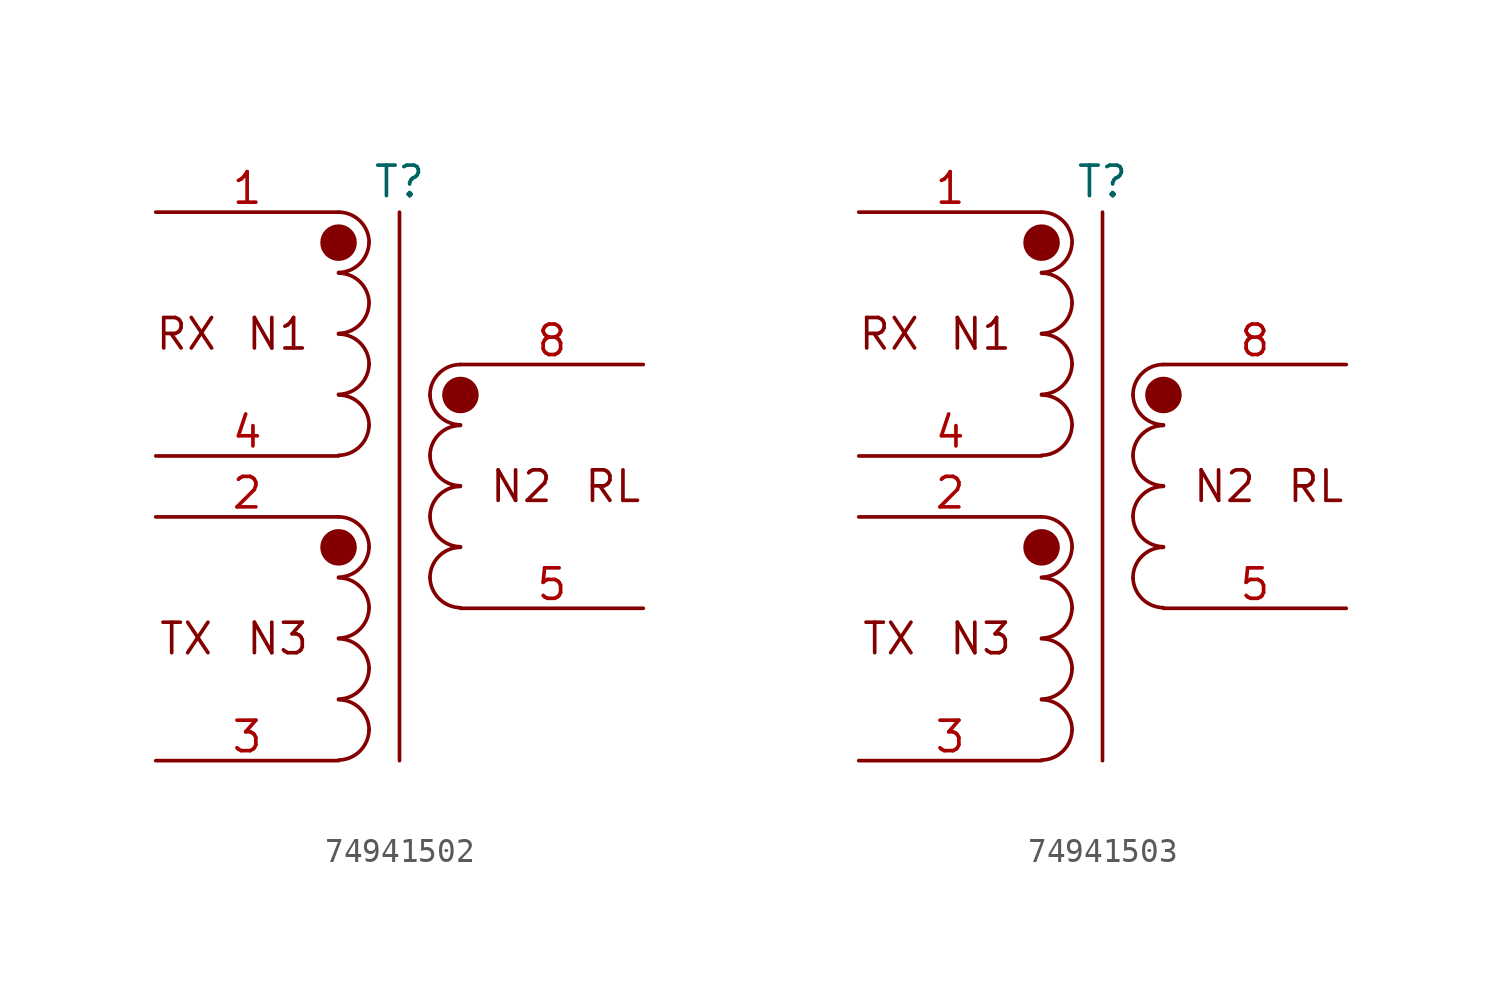
<source format=kicad_sym>
(kicad_symbol_lib
  (version 20220914)
  (generator kicad_symbol_editor)
  (symbol "74941502"
    (pin_names hide)
    (property "Reference" "T"
      (at 0 12.7 0)
      (effects (font (size 1.27 1.27))))
    (property "Critical Parameter" ""
      (at 0 -5.08 0)
      (effects (font (size 1.27 1.27))))
    (symbol "74941502_0_1"
      (arc (start -2.54 -11.4046) (mid -1.6561 -11.0363) (end -1.27 -10.16) (stroke (width 0) (type default)) (fill (type none)))
      (arc (start -2.54 -8.8646) (mid -1.6561 -8.4963) (end -1.27 -7.62) (stroke (width 0) (type default)) (fill (type none)))
      (arc (start -2.54 -6.3246) (mid -1.6561 -5.9563) (end -1.27 -5.08) (stroke (width 0) (type default)) (fill (type none)))
      (arc (start -2.54 -3.7846) (mid -1.6561 -3.4163) (end -1.27 -2.54) (stroke (width 0) (type default)) (fill (type none)))
      (arc (start -2.54 1.2954) (mid -1.6561 1.6637) (end -1.27 2.54) (stroke (width 0) (type default)) (fill (type none)))
      (arc (start -2.54 3.8354) (mid -1.6561 4.2037) (end -1.27 5.08) (stroke (width 0) (type default)) (fill (type none)))
      (arc (start -2.54 6.3754) (mid -1.6561 6.7437) (end -1.27 7.62) (stroke (width 0) (type default)) (fill (type none)))
      (arc (start -2.54 8.9154) (mid -1.6561 9.2837) (end -1.27 10.16) (stroke (width 0) (type default)) (fill (type none)))
      (arc (start -1.27 -10.16) (mid -1.642 -9.262) (end -2.54 -8.89) (stroke (width 0) (type default)) (fill (type none)))
      (arc (start -1.27 -7.62) (mid -1.642 -6.722) (end -2.54 -6.35) (stroke (width 0) (type default)) (fill (type none)))
      (arc (start -1.27 -5.08) (mid -1.642 -4.182) (end -2.54 -3.81) (stroke (width 0) (type default)) (fill (type none)))
      (arc (start -1.27 -2.54) (mid -1.642 -1.642) (end -2.54 -1.27) (stroke (width 0) (type default)) (fill (type none)))
      (arc (start -1.27 2.54) (mid -1.642 3.438) (end -2.54 3.81) (stroke (width 0) (type default)) (fill (type none)))
      (arc (start -1.27 5.08) (mid -1.642 5.978) (end -2.54 6.35) (stroke (width 0) (type default)) (fill (type none)))
      (arc (start -1.27 7.62) (mid -1.642 8.518) (end -2.54 8.89) (stroke (width 0) (type default)) (fill (type none)))
      (arc (start -1.27 10.16) (mid -1.642 11.058) (end -2.54 11.43) (stroke (width 0) (type default)) (fill (type none)))
      (polyline (pts (xy 0 -11.43) (xy 0 11.43)) (stroke (width 0) (type default)) (fill (type none)))
      (arc (start 1.27 -3.81) (mid 1.6561 -4.6863) (end 2.54 -5.0546) (stroke (width 0) (type default)) (fill (type none)))
      (arc (start 1.27 -1.27) (mid 1.6561 -2.1463) (end 2.54 -2.5146) (stroke (width 0) (type default)) (fill (type none)))
      (arc (start 1.27 1.27) (mid 1.6561 0.3937) (end 2.54 0.0254) (stroke (width 0) (type default)) (fill (type none)))
      (arc (start 1.27 3.81) (mid 1.6561 2.9337) (end 2.54 2.5654) (stroke (width 0) (type default)) (fill (type none)))
      (arc (start 2.54 -2.54) (mid 1.642 -2.912) (end 1.27 -3.81) (stroke (width 0) (type default)) (fill (type none)))
      (arc (start 2.54 0) (mid 1.642 -0.372) (end 1.27 -1.27) (stroke (width 0) (type default)) (fill (type none)))
      (arc (start 2.54 2.54) (mid 1.642 2.168) (end 1.27 1.27) (stroke (width 0) (type default)) (fill (type none)))
      (arc (start 2.54 5.08) (mid 1.642 4.708) (end 1.27 3.81) (stroke (width 0) (type default)) (fill (type none))))
    (symbol "74941502_1_1"
      (circle (center -2.54 -2.54) (radius 0.0001) (stroke (width 0.762) (type default)) (fill (type none)))
      (circle (center -2.54 10.16) (radius 0.0001) (stroke (width 0.762) (type default)) (fill (type none)))
      (circle (center 2.54 3.81) (radius 0.0001) (stroke (width 0.762) (type default)) (fill (type none)))
      (text "N1" (at -5.08 6.35 0) (effects (font (size 1.27 1.27))))
      (text "N2" (at 5.08 0 0) (effects (font (size 1.27 1.27))))
      (text "N3" (at -5.08 -6.35 0) (effects (font (size 1.27 1.27))))
      (text "RL" (at 8.89 0 0) (effects (font (size 1.27 1.27))))
      (text "RX" (at -8.89 6.35 0) (effects (font (size 1.27 1.27))))
      (text "TX" (at -8.89 -6.35 0) (effects (font (size 1.27 1.27))))
      (pin passive line (at -10.16 11.43 0) (length 7.62) (name "1" (effects (font (size 1.27 1.27)))) (number "1" (effects (font (size 1.27 1.27)))))
      (pin passive line (at -10.16 -1.27 0) (length 7.62) (name "2" (effects (font (size 1.27 1.27)))) (number "2" (effects (font (size 1.27 1.27)))))
      (pin passive line (at -10.16 -11.43 0) (length 7.62) (name "3" (effects (font (size 1.27 1.27)))) (number "3" (effects (font (size 1.27 1.27)))))
      (pin passive line (at -10.16 1.27 0) (length 7.62) (name "4" (effects (font (size 1.27 1.27)))) (number "4" (effects (font (size 1.27 1.27)))))
      (pin passive line (at 10.16 -5.08 180) (length 7.62) (name "5" (effects (font (size 1.27 1.27)))) (number "5" (effects (font (size 1.27 1.27)))))
      (pin passive line (at 10.16 5.08 180) (length 7.62) (name "8" (effects (font (size 1.27 1.27)))) (number "8" (effects (font (size 1.27 1.27)))))))
  (symbol "74941503"
    (pin_names hide)
    (property "Reference" "T"
      (at 0 12.7 0)
      (effects (font (size 1.27 1.27))))
    (property "Critical Parameter" ""
      (at 0 -5.08 0)
      (effects (font (size 1.27 1.27))))
    (symbol "74941503_0_1"
      (arc (start -2.54 -11.4046) (mid -1.6561 -11.0363) (end -1.27 -10.16) (stroke (width 0) (type default)) (fill (type none)))
      (arc (start -2.54 -8.8646) (mid -1.6561 -8.4963) (end -1.27 -7.62) (stroke (width 0) (type default)) (fill (type none)))
      (arc (start -2.54 -6.3246) (mid -1.6561 -5.9563) (end -1.27 -5.08) (stroke (width 0) (type default)) (fill (type none)))
      (arc (start -2.54 -3.7846) (mid -1.6561 -3.4163) (end -1.27 -2.54) (stroke (width 0) (type default)) (fill (type none)))
      (arc (start -2.54 1.2954) (mid -1.6561 1.6637) (end -1.27 2.54) (stroke (width 0) (type default)) (fill (type none)))
      (arc (start -2.54 3.8354) (mid -1.6561 4.2037) (end -1.27 5.08) (stroke (width 0) (type default)) (fill (type none)))
      (arc (start -2.54 6.3754) (mid -1.6561 6.7437) (end -1.27 7.62) (stroke (width 0) (type default)) (fill (type none)))
      (arc (start -2.54 8.9154) (mid -1.6561 9.2837) (end -1.27 10.16) (stroke (width 0) (type default)) (fill (type none)))
      (arc (start -1.27 -10.16) (mid -1.642 -9.262) (end -2.54 -8.89) (stroke (width 0) (type default)) (fill (type none)))
      (arc (start -1.27 -7.62) (mid -1.642 -6.722) (end -2.54 -6.35) (stroke (width 0) (type default)) (fill (type none)))
      (arc (start -1.27 -5.08) (mid -1.642 -4.182) (end -2.54 -3.81) (stroke (width 0) (type default)) (fill (type none)))
      (arc (start -1.27 -2.54) (mid -1.642 -1.642) (end -2.54 -1.27) (stroke (width 0) (type default)) (fill (type none)))
      (arc (start -1.27 2.54) (mid -1.642 3.438) (end -2.54 3.81) (stroke (width 0) (type default)) (fill (type none)))
      (arc (start -1.27 5.08) (mid -1.642 5.978) (end -2.54 6.35) (stroke (width 0) (type default)) (fill (type none)))
      (arc (start -1.27 7.62) (mid -1.642 8.518) (end -2.54 8.89) (stroke (width 0) (type default)) (fill (type none)))
      (arc (start -1.27 10.16) (mid -1.642 11.058) (end -2.54 11.43) (stroke (width 0) (type default)) (fill (type none)))
      (polyline (pts (xy 0 -11.43) (xy 0 11.43)) (stroke (width 0) (type default)) (fill (type none)))
      (arc (start 1.27 -3.81) (mid 1.6561 -4.6863) (end 2.54 -5.0546) (stroke (width 0) (type default)) (fill (type none)))
      (arc (start 1.27 -1.27) (mid 1.6561 -2.1463) (end 2.54 -2.5146) (stroke (width 0) (type default)) (fill (type none)))
      (arc (start 1.27 1.27) (mid 1.6561 0.3937) (end 2.54 0.0254) (stroke (width 0) (type default)) (fill (type none)))
      (arc (start 1.27 3.81) (mid 1.6561 2.9337) (end 2.54 2.5654) (stroke (width 0) (type default)) (fill (type none)))
      (arc (start 2.54 -2.54) (mid 1.642 -2.912) (end 1.27 -3.81) (stroke (width 0) (type default)) (fill (type none)))
      (arc (start 2.54 0) (mid 1.642 -0.372) (end 1.27 -1.27) (stroke (width 0) (type default)) (fill (type none)))
      (arc (start 2.54 2.54) (mid 1.642 2.168) (end 1.27 1.27) (stroke (width 0) (type default)) (fill (type none)))
      (arc (start 2.54 5.08) (mid 1.642 4.708) (end 1.27 3.81) (stroke (width 0) (type default)) (fill (type none))))
    (symbol "74941503_1_1"
      (circle (center -2.54 -2.54) (radius 0.0001) (stroke (width 0.762) (type default)) (fill (type none)))
      (circle (center -2.54 10.16) (radius 0.0001) (stroke (width 0.762) (type default)) (fill (type none)))
      (circle (center 2.54 3.81) (radius 0.0001) (stroke (width 0.762) (type default)) (fill (type none)))
      (text "N1" (at -5.08 6.35 0) (effects (font (size 1.27 1.27))))
      (text "N2" (at 5.08 0 0) (effects (font (size 1.27 1.27))))
      (text "N3" (at -5.08 -6.35 0) (effects (font (size 1.27 1.27))))
      (text "RL" (at 8.89 0 0) (effects (font (size 1.27 1.27))))
      (text "RX" (at -8.89 6.35 0) (effects (font (size 1.27 1.27))))
      (text "TX" (at -8.89 -6.35 0) (effects (font (size 1.27 1.27))))
      (pin passive line (at -10.16 11.43 0) (length 7.62) (name "1" (effects (font (size 1.27 1.27)))) (number "1" (effects (font (size 1.27 1.27)))))
      (pin passive line (at -10.16 -1.27 0) (length 7.62) (name "2" (effects (font (size 1.27 1.27)))) (number "2" (effects (font (size 1.27 1.27)))))
      (pin passive line (at -10.16 -11.43 0) (length 7.62) (name "3" (effects (font (size 1.27 1.27)))) (number "3" (effects (font (size 1.27 1.27)))))
      (pin passive line (at -10.16 1.27 0) (length 7.62) (name "4" (effects (font (size 1.27 1.27)))) (number "4" (effects (font (size 1.27 1.27)))))
      (pin passive line (at 10.16 -5.08 180) (length 7.62) (name "5" (effects (font (size 1.27 1.27)))) (number "5" (effects (font (size 1.27 1.27)))))
      (pin passive line (at 10.16 5.08 180) (length 7.62) (name "8" (effects (font (size 1.27 1.27)))) (number "8" (effects (font (size 1.27 1.27))))))))
</source>
